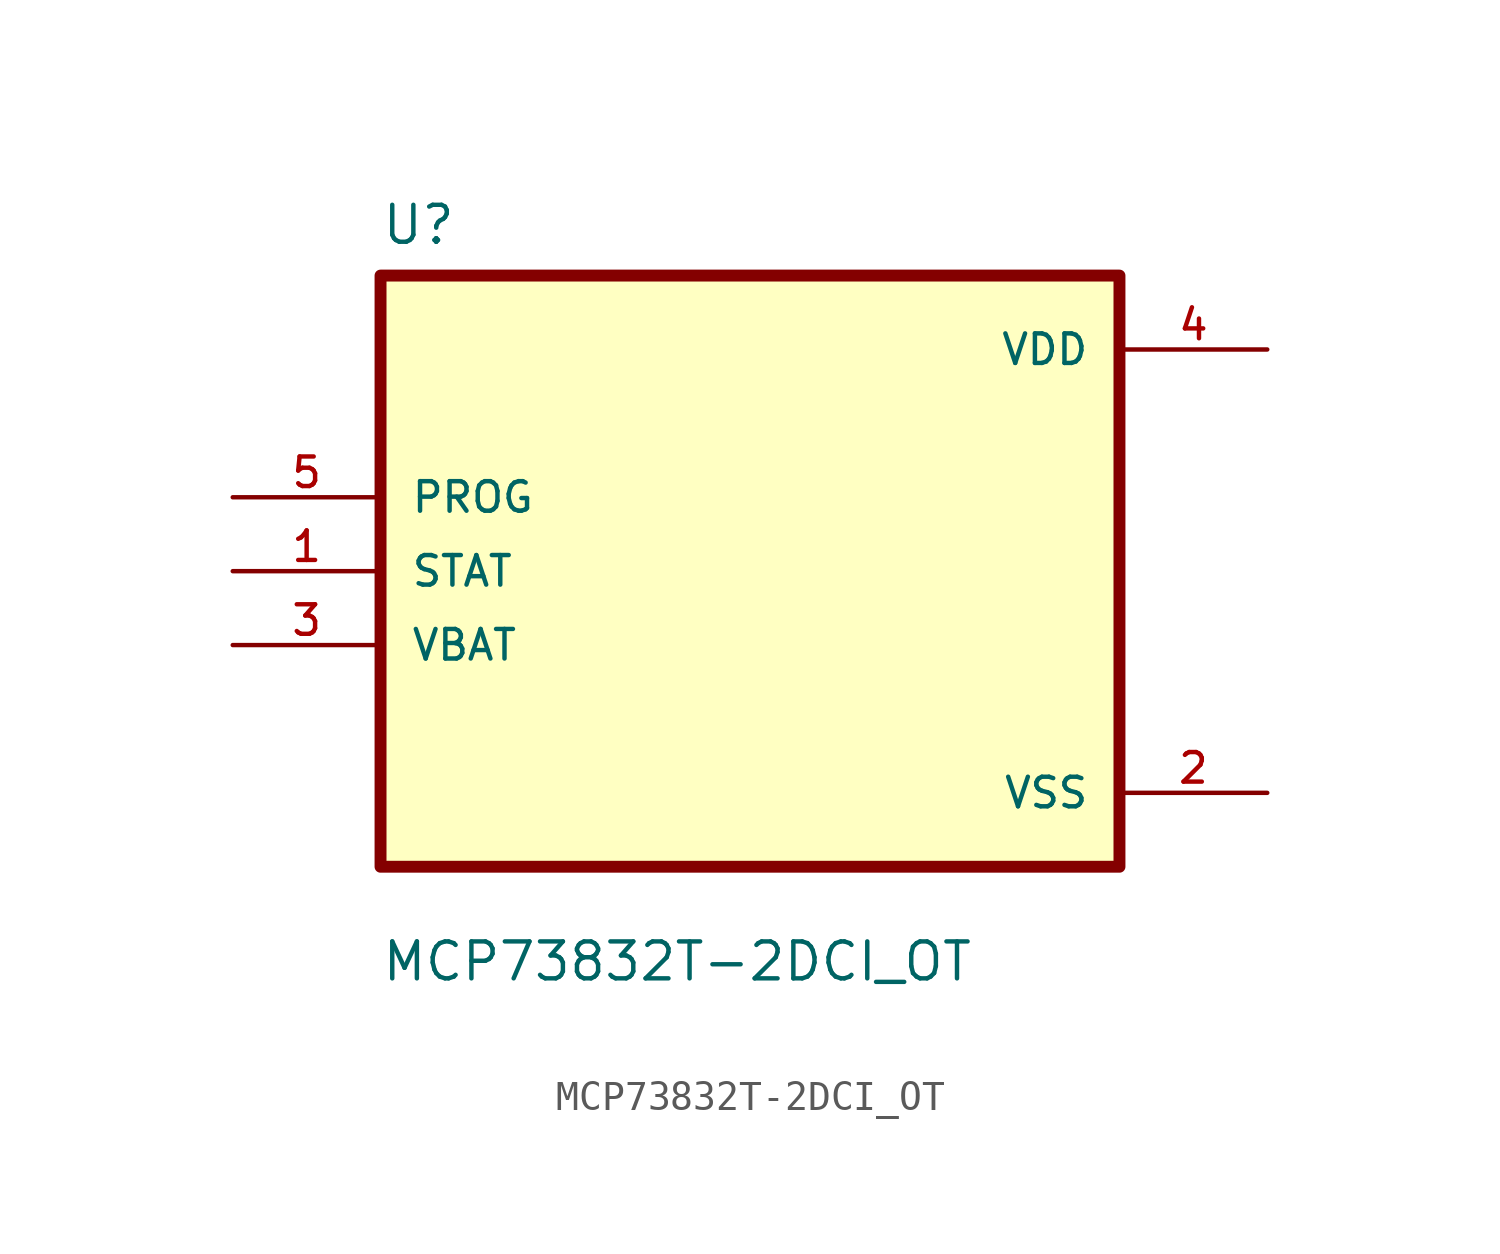
<source format=kicad_sym>
(kicad_symbol_lib
  (version 20211014)
  (generator kicad_symbol_editor)
  (symbol "MCP73832T-2DCI_OT"
    (pin_names
      (offset 1.016))
    (property "Reference" "U"
      (at -12.7 11.16 0.0)
      (effects (font (size 1.27 1.27)) (justify bottom left)))
    (property "Value" "MCP73832T-2DCI_OT"
      (at -12.7 -14.16 0.0)
      (effects (font (size 1.27 1.27)) (justify bottom left)))
    (symbol "MCP73832T-2DCI_OT_0_0"
      (rectangle (start -12.7 -10.16) (end 12.7 10.16) (stroke (width 0.41)) (fill (type background)))
      (pin input line (at -17.78 2.54 0) (length 5.08) (name "PROG" (effects (font (size 1.016 1.016)))) (number "5" (effects (font (size 1.016 1.016)))))
      (pin input line (at -17.78 0.0 0) (length 5.08) (name "STAT" (effects (font (size 1.016 1.016)))) (number "1" (effects (font (size 1.016 1.016)))))
      (pin input line (at -17.78 -2.54 0) (length 5.08) (name "VBAT" (effects (font (size 1.016 1.016)))) (number "3" (effects (font (size 1.016 1.016)))))
      (pin power_in line (at 17.78 7.62 180.0) (length 5.08) (name "VDD" (effects (font (size 1.016 1.016)))) (number "4" (effects (font (size 1.016 1.016)))))
      (pin power_in line (at 17.78 -7.62 180.0) (length 5.08) (name "VSS" (effects (font (size 1.016 1.016)))) (number "2" (effects (font (size 1.016 1.016))))))))
</source>
